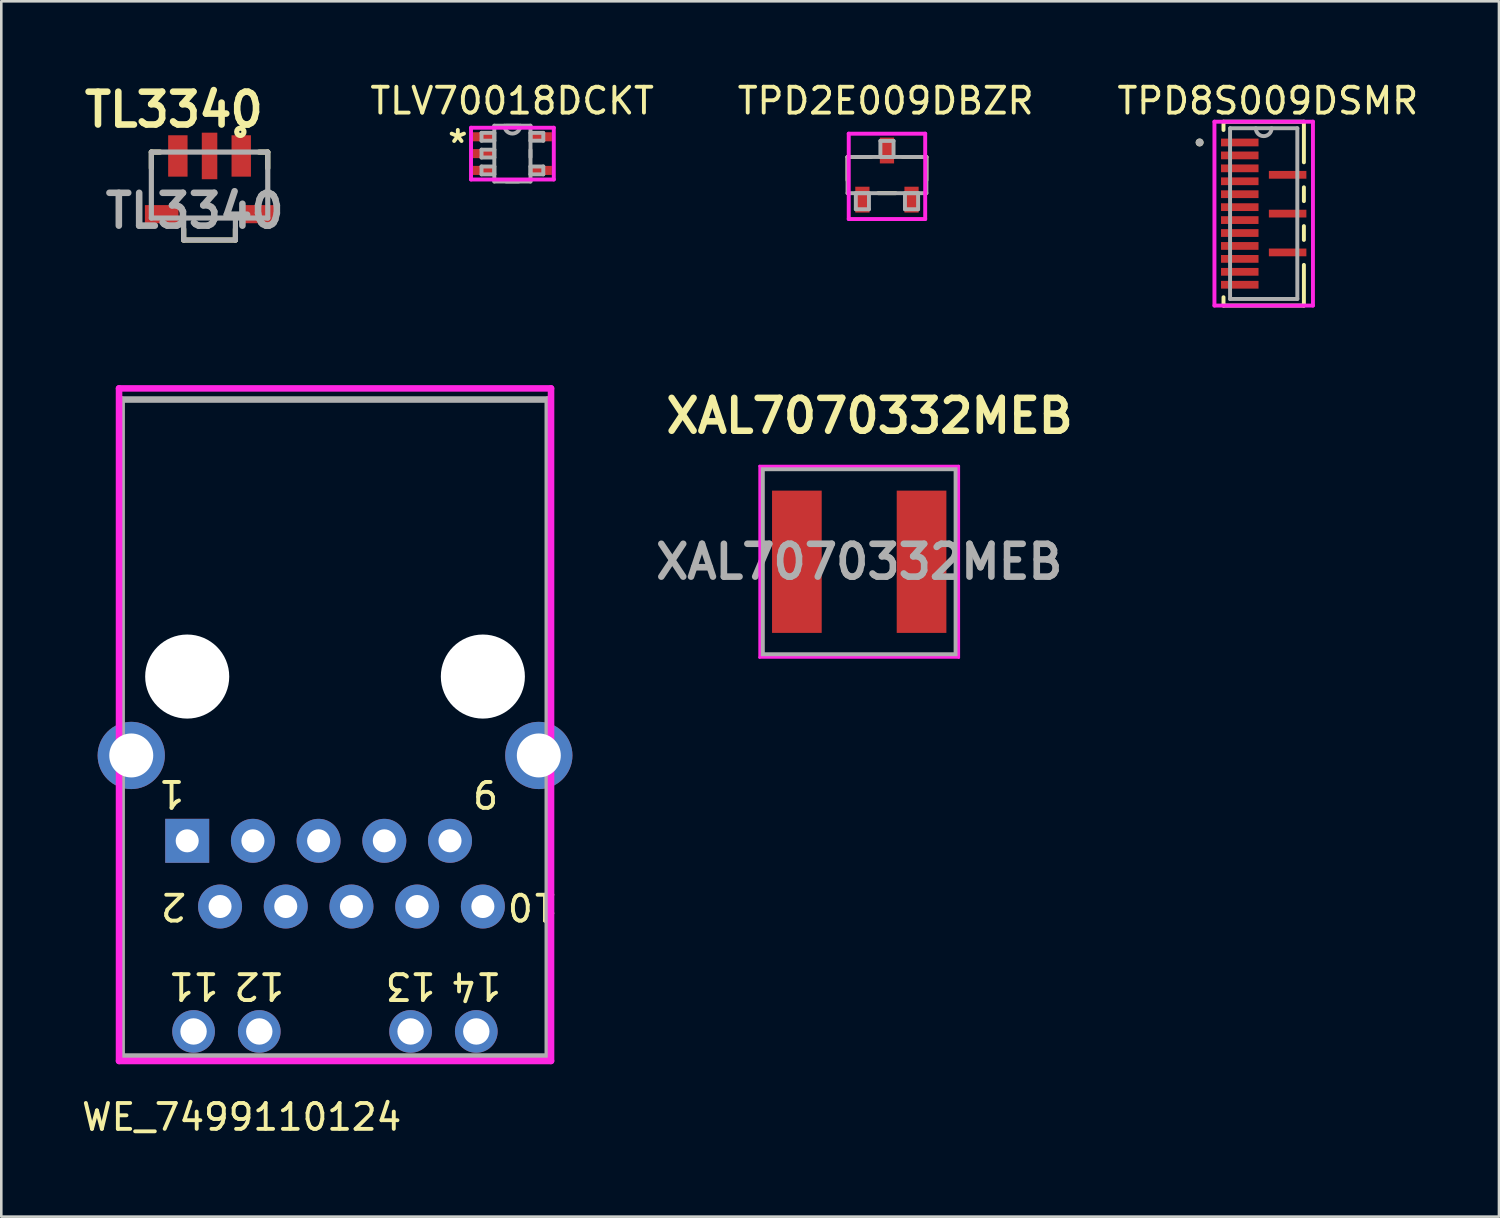
<source format=kicad_pcb>
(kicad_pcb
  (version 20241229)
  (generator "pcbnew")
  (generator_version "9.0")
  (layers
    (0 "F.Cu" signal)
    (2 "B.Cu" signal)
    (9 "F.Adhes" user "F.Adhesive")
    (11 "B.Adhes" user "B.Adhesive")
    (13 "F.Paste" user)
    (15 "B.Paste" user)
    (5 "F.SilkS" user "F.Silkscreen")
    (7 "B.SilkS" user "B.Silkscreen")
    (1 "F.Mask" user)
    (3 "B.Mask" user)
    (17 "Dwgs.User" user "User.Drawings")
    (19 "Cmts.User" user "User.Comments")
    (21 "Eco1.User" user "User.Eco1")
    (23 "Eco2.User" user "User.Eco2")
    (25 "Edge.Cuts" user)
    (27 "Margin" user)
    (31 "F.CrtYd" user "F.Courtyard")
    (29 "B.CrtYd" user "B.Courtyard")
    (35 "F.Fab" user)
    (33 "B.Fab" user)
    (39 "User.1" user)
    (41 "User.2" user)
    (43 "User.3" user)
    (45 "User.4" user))
  (footprint "TPD2E009DBZR"
    (layer "F.Cu")
    (at 31.239 3.718)
    (property "Reference" "TPD2E009DBZR" (at -0.05 -2.87 0) (layer "F.SilkS") (effects (font (size 1 1) (thickness 0.15))))
    (attr through_hole)
    (fp_line (start -1.524 -0.699) (end -1.524 0.201) (stroke (width 0.152) (type solid)) (layer "F.SilkS"))
    (fp_line (start -0.612 -0.699) (end -1.524 -0.699) (stroke (width 0.152) (type solid)) (layer "F.SilkS"))
    (fp_line (start -0.338 0.699) (end 0.338 0.699) (stroke (width 0.152) (type solid)) (layer "F.SilkS"))
    (fp_line (start 1.524 -0.699) (end 0.612 -0.699) (stroke (width 0.152) (type solid)) (layer "F.SilkS"))
    (fp_line (start 1.524 0.201) (end 1.524 -0.699) (stroke (width 0.152) (type solid)) (layer "F.SilkS"))
    (fp_line (start -1.478 -1.6) (end 1.478 -1.6) (stroke (width 0.152) (type solid)) (layer "F.CrtYd"))
    (fp_line (start -1.478 1.7) (end -1.478 -1.6) (stroke (width 0.152) (type solid)) (layer "F.CrtYd"))
    (fp_line (start 1.478 -1.6) (end 1.478 1.7) (stroke (width 0.152) (type solid)) (layer "F.CrtYd"))
    (fp_line (start 1.478 1.7) (end -1.478 1.7) (stroke (width 0.152) (type solid)) (layer "F.CrtYd"))
    (fp_line (start -1.524 -0.699) (end -1.524 0.699) (stroke (width 0.152) (type solid)) (layer "F.Fab"))
    (fp_line (start -1.524 0.699) (end 1.524 0.699) (stroke (width 0.152) (type solid)) (layer "F.Fab"))
    (fp_line (start -1.204 0.699) (end -1.204 1.321) (stroke (width 0.152) (type solid)) (layer "F.Fab"))
    (fp_line (start -1.204 1.321) (end -0.696 1.321) (stroke (width 0.152) (type solid)) (layer "F.Fab"))
    (fp_line (start -0.696 0.699) (end -1.204 0.699) (stroke (width 0.152) (type solid)) (layer "F.Fab"))
    (fp_line (start -0.696 1.321) (end -0.696 0.699) (stroke (width 0.152) (type solid)) (layer "F.Fab"))
    (fp_line (start -0.254 -1.321) (end -0.254 -0.699) (stroke (width 0.152) (type solid)) (layer "F.Fab"))
    (fp_line (start -0.254 -0.699) (end 0.254 -0.699) (stroke (width 0.152) (type solid)) (layer "F.Fab"))
    (fp_line (start 0.254 -1.321) (end -0.254 -1.321) (stroke (width 0.152) (type solid)) (layer "F.Fab"))
    (fp_line (start 0.254 -0.699) (end 0.254 -1.321) (stroke (width 0.152) (type solid)) (layer "F.Fab"))
    (fp_line (start 0.696 0.699) (end 0.696 1.321) (stroke (width 0.152) (type solid)) (layer "F.Fab"))
    (fp_line (start 0.696 1.321) (end 1.204 1.321) (stroke (width 0.152) (type solid)) (layer "F.Fab"))
    (fp_line (start 1.204 0.699) (end 0.696 0.699) (stroke (width 0.152) (type solid)) (layer "F.Fab"))
    (fp_line (start 1.204 1.321) (end 1.204 0.699) (stroke (width 0.152) (type solid)) (layer "F.Fab"))
    (fp_line (start 1.524 -0.699) (end -1.524 -0.699) (stroke (width 0.152) (type solid)) (layer "F.Fab"))
    (fp_line (start 1.524 0.699) (end 1.524 -0.699) (stroke (width 0.152) (type solid)) (layer "F.Fab"))
    (pad "1" smd rect (at -0.95 0.95) (size 0.55 1) (layers "F.Cu" "F.Mask" "F.Paste"))
    (pad "2" smd rect (at 0.95 0.95) (size 0.55 1) (layers "F.Cu" "F.Mask" "F.Paste"))
    (pad "3" smd rect (at 0 -0.95) (size 0.55 1) (layers "F.Cu" "F.Mask" "F.Paste")))
  (footprint "XAL7070332MEB"
    (layer "F.Cu")
    (at 30.166 18.667)
    (property "Reference" "XAL7070332MEB" (at 0.4 -5.64 0) (layer "F.SilkS") (effects (font (size 1.27 1.27) (thickness 0.254))))
    (attr smd)
    (fp_line (start -3.75 -3.6) (end 3.75 -3.6) (stroke (width 0.1) (type solid)) (layer "F.SilkS"))
    (fp_line (start -3.75 3.6) (end -3.75 -3.6) (stroke (width 0.1) (type solid)) (layer "F.SilkS"))
    (fp_line (start 3.75 -3.6) (end 3.75 3.6) (stroke (width 0.1) (type solid)) (layer "F.SilkS"))
    (fp_line (start 3.75 3.6) (end -3.75 3.6) (stroke (width 0.1) (type solid)) (layer "F.SilkS"))
    (fp_line (start -3.85 -3.7) (end 3.85 -3.7) (stroke (width 0.1) (type solid)) (layer "F.CrtYd"))
    (fp_line (start -3.85 3.7) (end -3.85 -3.7) (stroke (width 0.1) (type solid)) (layer "F.CrtYd"))
    (fp_line (start 3.85 -3.7) (end 3.85 3.7) (stroke (width 0.1) (type solid)) (layer "F.CrtYd"))
    (fp_line (start 3.85 3.7) (end -3.85 3.7) (stroke (width 0.1) (type solid)) (layer "F.CrtYd"))
    (fp_line (start -3.75 -3.6) (end 3.75 -3.6) (stroke (width 0.2) (type solid)) (layer "F.Fab"))
    (fp_line (start -3.75 3.6) (end -3.75 -3.6) (stroke (width 0.2) (type solid)) (layer "F.Fab"))
    (fp_line (start 3.75 -3.6) (end 3.75 3.6) (stroke (width 0.2) (type solid)) (layer "F.Fab"))
    (fp_line (start 3.75 3.6) (end -3.75 3.6) (stroke (width 0.2) (type solid)) (layer "F.Fab"))
    (fp_text user "${REFERENCE}" (at 0 0 0) (layer "F.Fab") (effects (font (size 1.27 1.27) (thickness 0.254))))
    (pad "1" smd rect (at -2.41 0) (size 1.92 5.5) (layers "F.Cu" "F.Mask" "F.Paste"))
    (pad "2" smd rect (at 2.41 0) (size 1.92 5.5) (layers "F.Cu" "F.Mask" "F.Paste")))
  (footprint "TL3340"
    (layer "F.Cu")
    (at 5.051 5.379)
    (property "Reference" "TL3340" (at -1.38 -4.19 0) (layer "F.SilkS") (effects (font (size 1.27 1.27) (thickness 0.254))))
    (attr through_hole)
    (fp_line (start -2.25 -2.55) (end -2.25 -1.927) (stroke (width 0.2) (type solid)) (layer "F.SilkS"))
    (fp_line (start -2.25 -2.55) (end -1.914 -2.55) (stroke (width 0.2) (type solid)) (layer "F.SilkS"))
    (fp_line (start -1 0.425) (end -1 0.85) (stroke (width 0.2) (type solid)) (layer "F.SilkS"))
    (fp_line (start -1 0.85) (end 1 0.85) (stroke (width 0.2) (type solid)) (layer "F.SilkS"))
    (fp_line (start 1 0.85) (end 1 0.425) (stroke (width 0.2) (type solid)) (layer "F.SilkS"))
    (fp_line (start 2.25 -2.55) (end 1.914 -2.55) (stroke (width 0.2) (type solid)) (layer "F.SilkS"))
    (fp_line (start 2.25 -2.55) (end 2.25 -1.927) (stroke (width 0.2) (type solid)) (layer "F.SilkS"))
    (fp_circle (center 1.189 -3.333) (end 1.189 -3.292) (stroke (width 0.2) (type solid)) (fill no) (layer "F.SilkS"))
    (fp_line (start -2.25 -2.55) (end 2.25 -2.55) (stroke (width 0.2) (type solid)) (layer "F.Fab"))
    (fp_line (start -2.25 0) (end -2.25 -2.55) (stroke (width 0.2) (type solid)) (layer "F.Fab"))
    (fp_line (start -1 0) (end -1 0.85) (stroke (width 0.2) (type solid)) (layer "F.Fab"))
    (fp_line (start -1 0.85) (end 1 0.85) (stroke (width 0.2) (type solid)) (layer "F.Fab"))
    (fp_line (start 1 0.85) (end 1 0) (stroke (width 0.2) (type solid)) (layer "F.Fab"))
    (fp_line (start 2.25 -2.55) (end 2.25 0) (stroke (width 0.2) (type solid)) (layer "F.Fab"))
    (fp_line (start 2.25 0) (end -2.25 0) (stroke (width 0.2) (type solid)) (layer "F.Fab"))
    (fp_text user "${REFERENCE}" (at -0.574 -0.28 0) (layer "F.Fab") (effects (font (size 1.27 1.27) (thickness 0.254))))
    (pad "" np_thru_hole circle (at -2.125 -1.2) (size 0.001 0.001) (drill 0.9) (layers "*.Cu" "*.Mask"))
    (pad "" np_thru_hole circle (at 2.125 -1.2) (size 0.001 0.001) (drill 0.9) (layers "*.Cu" "*.Mask"))
    (pad "1" smd rect (at 1.225 -2.4) (size 0.75 1.6) (layers "F.Cu" "F.Mask" "F.Paste"))
    (pad "2" smd rect (at 0 -2.4) (size 0.6 1.8) (layers "F.Cu" "F.Mask" "F.Paste"))
    (pad "3" smd rect (at -1.225 -2.4) (size 0.75 1.6) (layers "F.Cu" "F.Mask" "F.Paste"))
    (pad "4" smd rect (at -1.85 -0.15 90) (size 0.7 1.3) (layers "F.Cu" "F.Mask" "F.Paste"))
    (pad "5" smd rect (at 1.85 -0.15 90) (size 0.7 1.3) (layers "F.Cu" "F.Mask" "F.Paste")))
  (footprint "WE_7499110124"
    (layer "F.Cu")
    (at 9.902 29.965)
    (property "Reference" "WE_7499110124" (at -3.61 10.17 0) (layer "F.SilkS") (effects (font (size 1 1) (thickness 0.15))))
    (attr through_hole)
    (fp_line (start -8.35 -18) (end -8.35 8) (stroke (width 0.254) (type solid)) (layer "F.CrtYd"))
    (fp_line (start -8.35 8) (end 8.35 8) (stroke (width 0.254) (type solid)) (layer "F.CrtYd"))
    (fp_line (start 8.35 -18) (end -8.35 -18) (stroke (width 0.254) (type solid)) (layer "F.CrtYd"))
    (fp_line (start 8.35 -18) (end 8.35 8) (stroke (width 0.254) (type solid)) (layer "F.CrtYd"))
    (fp_line (start -8.25 -17.57) (end -8.25 7.83) (stroke (width 0.254) (type solid)) (layer "F.Fab"))
    (fp_line (start -8.25 -17.57) (end 8.225 -17.57) (stroke (width 0.254) (type solid)) (layer "F.Fab"))
    (fp_line (start -8.25 7.83) (end 8.225 7.83) (stroke (width 0.254) (type solid)) (layer "F.Fab"))
    (fp_line (start 8.225 -17.57) (end 8.225 7.83) (stroke (width 0.254) (type solid)) (layer "F.Fab"))
    (fp_text user "11" (at -5.469 5.1 180) (unlocked yes) (layer "F.SilkS") (effects (font (size 1 1) (thickness 0.15))))
    (fp_text user "10" (at 7.64 2.03 180) (unlocked yes) (layer "F.SilkS") (effects (font (size 1 1) (thickness 0.15))))
    (fp_text user "2" (at -6.24 2.03 180) (unlocked yes) (layer "F.SilkS") (effects (font (size 1 1) (thickness 0.15))))
    (fp_text user "14" (at 5.461 5.1 180) (unlocked yes) (layer "F.SilkS") (effects (font (size 1 1) (thickness 0.15))))
    (fp_text user "13" (at 2.921 5.1 180) (unlocked yes) (layer "F.SilkS") (effects (font (size 1 1) (thickness 0.15))))
    (fp_text user "9" (at 5.82 -2.33 180) (unlocked yes) (layer "F.SilkS") (effects (font (size 1 1) (thickness 0.15))))
    (fp_text user "1" (at -6.32 -2.33 180) (unlocked yes) (layer "F.SilkS") (effects (font (size 1 1) (thickness 0.15))))
    (fp_text user "12" (at -2.929 5.1 180) (unlocked yes) (layer "F.SilkS") (effects (font (size 1 1) (thickness 0.15))))
    (pad "" np_thru_hole circle (at -5.715 -6.86) (size 3.25 3.25) (drill 3.25) (layers "*.Cu" "*.Mask"))
    (pad "" np_thru_hole circle (at 5.715 -6.86) (size 3.25 3.25) (drill 3.25) (layers "*.Cu" "*.Mask"))
    (pad "1" thru_hole rect (at -5.715 -0.51) (size 1.7 1.7) (drill 0.89) (layers "*.Cu" "*.Mask"))
    (pad "2" thru_hole circle (at -4.445 2.03) (size 1.7 1.7) (drill 0.89) (layers "*.Cu" "*.Mask"))
    (pad "3" thru_hole circle (at -3.175 -0.51) (size 1.7 1.7) (drill 0.89) (layers "*.Cu" "*.Mask"))
    (pad "4" thru_hole circle (at -1.905 2.03) (size 1.7 1.7) (drill 0.89) (layers "*.Cu" "*.Mask"))
    (pad "5" thru_hole circle (at -0.635 -0.51) (size 1.7 1.7) (drill 0.89) (layers "*.Cu" "*.Mask"))
    (pad "6" thru_hole circle (at 0.635 2.03) (size 1.7 1.7) (drill 0.89) (layers "*.Cu" "*.Mask"))
    (pad "7" thru_hole circle (at 1.905 -0.51) (size 1.7 1.7) (drill 0.89) (layers "*.Cu" "*.Mask"))
    (pad "8" thru_hole circle (at 3.175 2.03) (size 1.7 1.7) (drill 0.89) (layers "*.Cu" "*.Mask"))
    (pad "9" thru_hole circle (at 4.445 -0.51) (size 1.7 1.7) (drill 0.89) (layers "*.Cu" "*.Mask"))
    (pad "10" thru_hole circle (at 5.715 2.03) (size 1.7 1.7) (drill 0.89) (layers "*.Cu" "*.Mask"))
    (pad "11" thru_hole circle (at -5.469 6.86) (size 1.65 1.65) (drill 1.02) (layers "*.Cu" "*.Mask"))
    (pad "12" thru_hole circle (at -2.929 6.86) (size 1.65 1.65) (drill 1.02) (layers "*.Cu" "*.Mask"))
    (pad "13" thru_hole circle (at 2.921 6.86) (size 1.65 1.65) (drill 1.02) (layers "*.Cu" "*.Mask"))
    (pad "14" thru_hole circle (at 5.461 6.86) (size 1.65 1.65) (drill 1.02) (layers "*.Cu" "*.Mask"))
    (pad "S" thru_hole circle (at -7.878 -3.81) (size 2.6 2.6) (drill 1.7) (layers "*.Cu" "*.Mask"))
    (pad "S" thru_hole circle (at 7.878 -3.81) (size 2.6 2.6) (drill 1.7) (layers "*.Cu" "*.Mask")))
  (footprint "TLV70018DCKT"
    (layer "F.Cu")
    (at 16.759 2.888)
    (property "Reference" "TLV70018DCKT" (at -0.01 -2.04 0) (layer "F.SilkS") (effects (font (size 1 1) (thickness 0.15))))
    (attr through_hole)
    (fp_line (start -1.6 -1) (end 1.6 -1) (stroke (width 0.152) (type solid)) (layer "F.CrtYd"))
    (fp_line (start -1.6 1) (end -1.6 -1) (stroke (width 0.152) (type solid)) (layer "F.CrtYd"))
    (fp_line (start 1.6 -1) (end 1.6 1) (stroke (width 0.152) (type solid)) (layer "F.CrtYd"))
    (fp_line (start 1.6 1) (end -1.6 1) (stroke (width 0.152) (type solid)) (layer "F.CrtYd"))
    (fp_line (start -1.194 -0.802) (end -1.194 -0.498) (stroke (width 0.152) (type solid)) (layer "F.Fab"))
    (fp_line (start -1.194 -0.498) (end -0.699 -0.498) (stroke (width 0.152) (type solid)) (layer "F.Fab"))
    (fp_line (start -1.194 -0.152) (end -1.194 0.152) (stroke (width 0.152) (type solid)) (layer "F.Fab"))
    (fp_line (start -1.194 0.152) (end -0.699 0.152) (stroke (width 0.152) (type solid)) (layer "F.Fab"))
    (fp_line (start -1.194 0.498) (end -1.194 0.802) (stroke (width 0.152) (type solid)) (layer "F.Fab"))
    (fp_line (start -1.194 0.802) (end -0.699 0.802) (stroke (width 0.152) (type solid)) (layer "F.Fab"))
    (fp_line (start -0.699 -1.079) (end -0.699 1.079) (stroke (width 0.152) (type solid)) (layer "F.Fab"))
    (fp_line (start -0.699 -0.802) (end -1.194 -0.802) (stroke (width 0.152) (type solid)) (layer "F.Fab"))
    (fp_line (start -0.699 -0.498) (end -0.699 -0.802) (stroke (width 0.152) (type solid)) (layer "F.Fab"))
    (fp_line (start -0.699 -0.152) (end -1.194 -0.152) (stroke (width 0.152) (type solid)) (layer "F.Fab"))
    (fp_line (start -0.699 0.152) (end -0.699 -0.152) (stroke (width 0.152) (type solid)) (layer "F.Fab"))
    (fp_line (start -0.699 0.498) (end -1.194 0.498) (stroke (width 0.152) (type solid)) (layer "F.Fab"))
    (fp_line (start -0.699 0.802) (end -0.699 0.498) (stroke (width 0.152) (type solid)) (layer "F.Fab"))
    (fp_line (start -0.699 1.079) (end 0.699 1.079) (stroke (width 0.152) (type solid)) (layer "F.Fab"))
    (fp_line (start -0.24 1.079) (end 0.24 1.079) (stroke (width 0.152) (type solid)) (layer "F.Fab"))
    (fp_line (start 0.24 -1.079) (end -0.24 -1.079) (stroke (width 0.152) (type solid)) (layer "F.Fab"))
    (fp_line (start 0.699 -1.079) (end -0.699 -1.079) (stroke (width 0.152) (type solid)) (layer "F.Fab"))
    (fp_line (start 0.699 -0.802) (end 0.699 -0.498) (stroke (width 0.152) (type solid)) (layer "F.Fab"))
    (fp_line (start 0.699 -0.498) (end 1.194 -0.498) (stroke (width 0.152) (type solid)) (layer "F.Fab"))
    (fp_line (start 0.699 0.139) (end 0.699 -0.139) (stroke (width 0.152) (type solid)) (layer "F.Fab"))
    (fp_line (start 0.699 0.498) (end 0.699 0.802) (stroke (width 0.152) (type solid)) (layer "F.Fab"))
    (fp_line (start 0.699 0.802) (end 1.194 0.802) (stroke (width 0.152) (type solid)) (layer "F.Fab"))
    (fp_line (start 0.699 1.079) (end 0.699 -1.079) (stroke (width 0.152) (type solid)) (layer "F.Fab"))
    (fp_line (start 1.194 -0.802) (end 0.699 -0.802) (stroke (width 0.152) (type solid)) (layer "F.Fab"))
    (fp_line (start 1.194 -0.498) (end 1.194 -0.802) (stroke (width 0.152) (type solid)) (layer "F.Fab"))
    (fp_line (start 1.194 0.498) (end 0.699 0.498) (stroke (width 0.152) (type solid)) (layer "F.Fab"))
    (fp_line (start 1.194 0.802) (end 1.194 0.498) (stroke (width 0.152) (type solid)) (layer "F.Fab"))
    (fp_arc (start 0.3048 -1.0795) (mid 0 -0.7747) (end -0.3048 -1.0795) (stroke (width 0.1524) (type solid)) (layer "F.Fab"))
    (fp_text user "*" (at -2.11 -0.37 0) (layer "F.SilkS") (effects (font (size 1 1) (thickness 0.15))))
    (pad "1" smd rect (at -1.1 -0.65) (size 0.85 0.35) (layers "F.Cu" "F.Mask" "F.Paste"))
    (pad "2" smd rect (at -1.1 0) (size 0.85 0.35) (layers "F.Cu" "F.Mask" "F.Paste"))
    (pad "3" smd rect (at -1.1 0.65) (size 0.85 0.35) (layers "F.Cu" "F.Mask" "F.Paste"))
    (pad "4" smd rect (at 1.1 0.65) (size 0.85 0.35) (layers "F.Cu" "F.Mask" "F.Paste"))
    (pad "5" smd rect (at 1.1 -0.65) (size 0.85 0.35) (layers "F.Cu" "F.Mask" "F.Paste")))
  (footprint "TPD8S009DSMR"
    (layer "F.Cu")
    (at 45.803 5.208)
    (property "Reference" "TPD8S009DSMR" (at 0.16 -4.36 0) (layer "F.SilkS") (effects (font (size 1 1) (thickness 0.15))))
    (attr through_hole)
    (fp_line (start -1.554 -3.554) (end -1.554 -3.233) (stroke (width 0.152) (type solid)) (layer "F.SilkS"))
    (fp_line (start -1.554 3.233) (end -1.554 3.554) (stroke (width 0.152) (type solid)) (layer "F.SilkS"))
    (fp_line (start -1.554 3.554) (end 1.554 3.554) (stroke (width 0.152) (type solid)) (layer "F.SilkS"))
    (fp_line (start 1.554 -3.554) (end -1.554 -3.554) (stroke (width 0.152) (type solid)) (layer "F.SilkS"))
    (fp_line (start 1.554 -1.983) (end 1.554 -3.554) (stroke (width 0.152) (type solid)) (layer "F.SilkS"))
    (fp_line (start 1.554 -0.483) (end 1.554 -1.017) (stroke (width 0.152) (type solid)) (layer "F.SilkS"))
    (fp_line (start 1.554 1.017) (end 1.554 0.483) (stroke (width 0.152) (type solid)) (layer "F.SilkS"))
    (fp_line (start 1.554 3.554) (end 1.554 1.983) (stroke (width 0.152) (type solid)) (layer "F.SilkS"))
    (fp_circle (center -2.477 -2.75) (end -2.4 -2.75) (stroke (width 0.152) (type solid)) (fill no) (layer "F.SilkS"))
    (fp_line (start -1.904 -3.554) (end 1.904 -3.554) (stroke (width 0.152) (type solid)) (layer "F.CrtYd"))
    (fp_line (start -1.904 3.554) (end -1.904 -3.554) (stroke (width 0.152) (type solid)) (layer "F.CrtYd"))
    (fp_line (start 1.904 -3.554) (end 1.904 3.554) (stroke (width 0.152) (type solid)) (layer "F.CrtYd"))
    (fp_line (start 1.904 3.554) (end -1.904 3.554) (stroke (width 0.152) (type solid)) (layer "F.CrtYd"))
    (fp_line (start -1.3 -3.3) (end -1.3 3.3) (stroke (width 0.152) (type solid)) (layer "F.Fab"))
    (fp_line (start -1.3 3.3) (end 1.3 3.3) (stroke (width 0.152) (type solid)) (layer "F.Fab"))
    (fp_line (start 1.3 -3.3) (end -1.3 -3.3) (stroke (width 0.152) (type solid)) (layer "F.Fab"))
    (fp_line (start 1.3 3.3) (end 1.3 -3.3) (stroke (width 0.152) (type solid)) (layer "F.Fab"))
    (fp_arc (start 0.3048 -3.299999) (mid 0 -2.995199) (end -0.3048 -3.299999) (stroke (width 0.1524) (type solid)) (layer "F.Fab"))
    (fp_circle (center -2.477 -2.75) (end -2.4 -2.75) (stroke (width 0.152) (type solid)) (fill no) (layer "F.Fab"))
    (pad "1" smd rect (at -0.925 -2.75) (size 1.45 0.3) (layers "F.Cu" "F.Mask" "F.Paste"))
    (pad "2" smd rect (at -0.925 -2.25) (size 1.45 0.3) (layers "F.Cu" "F.Mask" "F.Paste"))
    (pad "3" smd rect (at -0.925 -1.75) (size 1.45 0.3) (layers "F.Cu" "F.Mask" "F.Paste"))
    (pad "4" smd rect (at -0.925 -1.25) (size 1.45 0.3) (layers "F.Cu" "F.Mask" "F.Paste"))
    (pad "5" smd rect (at -0.925 -0.75) (size 1.45 0.3) (layers "F.Cu" "F.Mask" "F.Paste"))
    (pad "6" smd rect (at -0.925 -0.25) (size 1.45 0.3) (layers "F.Cu" "F.Mask" "F.Paste"))
    (pad "7" smd rect (at -0.925 0.25) (size 1.45 0.3) (layers "F.Cu" "F.Mask" "F.Paste"))
    (pad "8" smd rect (at -0.925 0.75) (size 1.45 0.3) (layers "F.Cu" "F.Mask" "F.Paste"))
    (pad "9" smd rect (at -0.925 1.25) (size 1.45 0.3) (layers "F.Cu" "F.Mask" "F.Paste"))
    (pad "10" smd rect (at -0.925 1.75) (size 1.45 0.3) (layers "F.Cu" "F.Mask" "F.Paste"))
    (pad "11" smd rect (at -0.925 2.25) (size 1.45 0.3) (layers "F.Cu" "F.Mask" "F.Paste"))
    (pad "12" smd rect (at -0.925 2.75) (size 1.45 0.3) (layers "F.Cu" "F.Mask" "F.Paste"))
    (pad "13" smd rect (at 0.925 1.5) (size 1.45 0.3) (layers "F.Cu" "F.Mask" "F.Paste"))
    (pad "14" smd rect (at 0.925 0) (size 1.45 0.3) (layers "F.Cu" "F.Mask" "F.Paste"))
    (pad "15" smd rect (at 0.925 -1.5) (size 1.45 0.3) (layers "F.Cu" "F.Mask" "F.Paste")))
  (gr_rect
    (start -3 -3)
    (end 54.898 43.984)
    (stroke (width 0.1) (type default))
    (fill no)
    (layer "Edge.Cuts")))
</source>
